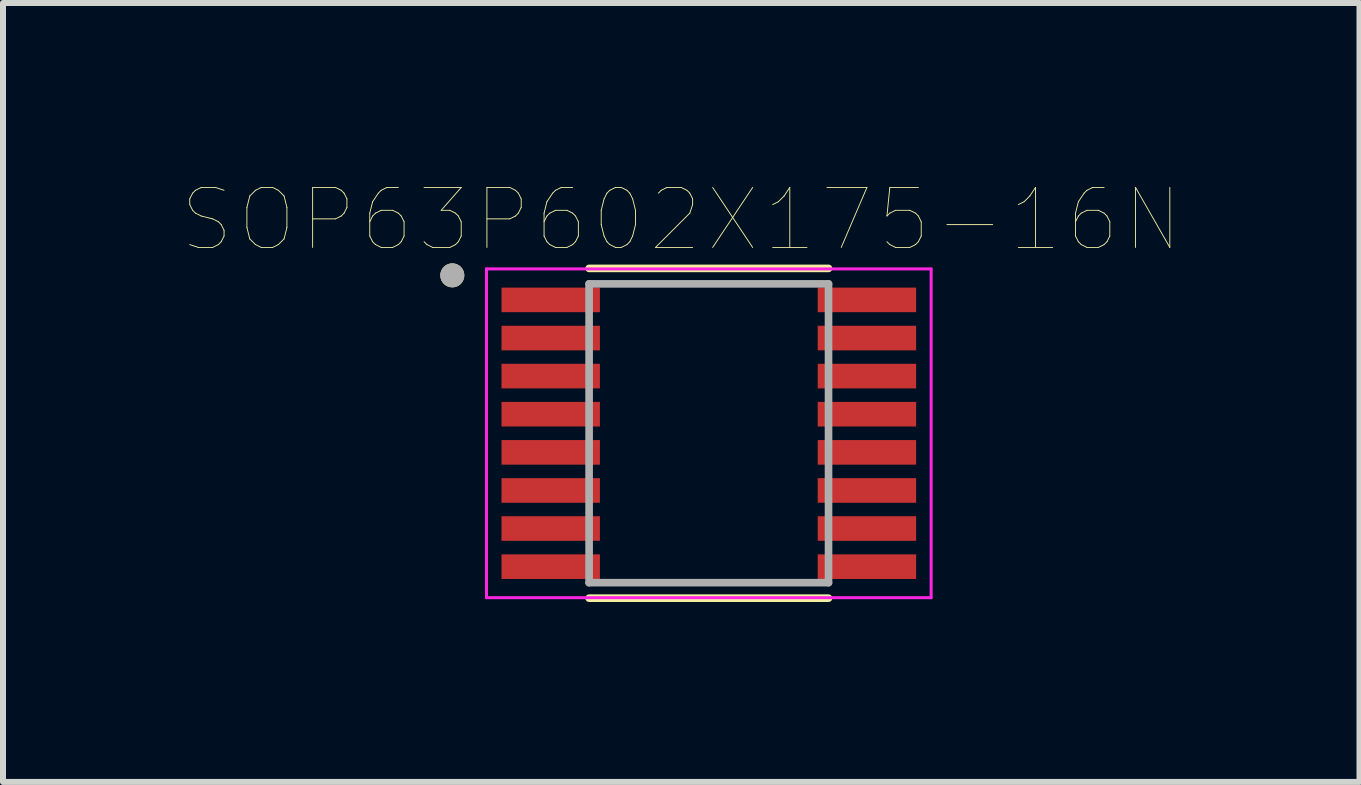
<source format=kicad_pcb>
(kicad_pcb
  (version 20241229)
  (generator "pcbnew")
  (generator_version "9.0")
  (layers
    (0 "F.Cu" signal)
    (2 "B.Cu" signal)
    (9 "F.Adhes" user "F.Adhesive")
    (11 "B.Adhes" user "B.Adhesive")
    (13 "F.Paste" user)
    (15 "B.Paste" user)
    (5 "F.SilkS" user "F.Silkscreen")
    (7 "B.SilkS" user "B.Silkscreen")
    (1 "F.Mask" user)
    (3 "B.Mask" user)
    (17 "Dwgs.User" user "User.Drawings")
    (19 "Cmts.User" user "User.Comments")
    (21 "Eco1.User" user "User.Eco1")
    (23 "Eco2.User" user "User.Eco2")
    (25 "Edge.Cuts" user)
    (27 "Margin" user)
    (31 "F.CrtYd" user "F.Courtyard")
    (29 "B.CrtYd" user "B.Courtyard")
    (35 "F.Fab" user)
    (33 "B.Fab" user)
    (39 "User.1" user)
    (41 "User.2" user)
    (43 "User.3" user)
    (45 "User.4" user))
  (footprint "SOP63P602X175-16N"
    (layer "F.Cu")
    (at 8.763 4.171)
    (property "Reference" "SOP63P602X175-16N" (at -0.46 -3.559 0) (layer "F.SilkS") (effects (font (size 1 1) (thickness 0.015))))
    (attr through_hole)
    (fp_line (start -1.995 -2.748) (end 1.995 -2.748) (stroke (width 0.127) (type solid)) (layer "F.SilkS"))
    (fp_line (start -1.995 2.748) (end 1.995 2.748) (stroke (width 0.127) (type solid)) (layer "F.SilkS"))
    (fp_circle (center -4.275 -2.632) (end -4.175 -2.632) (stroke (width 0.2) (type solid)) (fill no) (layer "F.SilkS"))
    (fp_line (start -3.705 -2.74) (end -3.705 2.74) (stroke (width 0.05) (type solid)) (layer "F.CrtYd"))
    (fp_line (start -3.705 -2.74) (end 3.705 -2.74) (stroke (width 0.05) (type solid)) (layer "F.CrtYd"))
    (fp_line (start -3.705 2.74) (end 3.705 2.74) (stroke (width 0.05) (type solid)) (layer "F.CrtYd"))
    (fp_line (start 3.705 -2.74) (end 3.705 2.74) (stroke (width 0.05) (type solid)) (layer "F.CrtYd"))
    (fp_line (start -1.995 -2.49) (end -1.995 2.49) (stroke (width 0.127) (type solid)) (layer "F.Fab"))
    (fp_line (start -1.995 -2.49) (end 1.995 -2.49) (stroke (width 0.127) (type solid)) (layer "F.Fab"))
    (fp_line (start -1.995 2.49) (end 1.995 2.49) (stroke (width 0.127) (type solid)) (layer "F.Fab"))
    (fp_line (start 1.995 -2.49) (end 1.995 2.49) (stroke (width 0.127) (type solid)) (layer "F.Fab"))
    (fp_circle (center -4.275 -2.632) (end -4.175 -2.632) (stroke (width 0.2) (type solid)) (fill no) (layer "F.Fab"))
    (pad "1" smd rect (at -2.635 -2.223) (size 1.64 0.41) (layers "F.Cu" "F.Mask" "F.Paste"))
    (pad "2" smd rect (at -2.635 -1.587) (size 1.64 0.41) (layers "F.Cu" "F.Mask" "F.Paste"))
    (pad "3" smd rect (at -2.635 -0.953) (size 1.64 0.41) (layers "F.Cu" "F.Mask" "F.Paste"))
    (pad "4" smd rect (at -2.635 -0.318) (size 1.64 0.41) (layers "F.Cu" "F.Mask" "F.Paste"))
    (pad "5" smd rect (at -2.635 0.318) (size 1.64 0.41) (layers "F.Cu" "F.Mask" "F.Paste"))
    (pad "6" smd rect (at -2.635 0.953) (size 1.64 0.41) (layers "F.Cu" "F.Mask" "F.Paste"))
    (pad "7" smd rect (at -2.635 1.587) (size 1.64 0.41) (layers "F.Cu" "F.Mask" "F.Paste"))
    (pad "8" smd rect (at -2.635 2.223) (size 1.64 0.41) (layers "F.Cu" "F.Mask" "F.Paste"))
    (pad "9" smd rect (at 2.635 2.223) (size 1.64 0.41) (layers "F.Cu" "F.Mask" "F.Paste"))
    (pad "10" smd rect (at 2.635 1.587) (size 1.64 0.41) (layers "F.Cu" "F.Mask" "F.Paste"))
    (pad "11" smd rect (at 2.635 0.953) (size 1.64 0.41) (layers "F.Cu" "F.Mask" "F.Paste"))
    (pad "12" smd rect (at 2.635 0.318) (size 1.64 0.41) (layers "F.Cu" "F.Mask" "F.Paste"))
    (pad "13" smd rect (at 2.635 -0.318) (size 1.64 0.41) (layers "F.Cu" "F.Mask" "F.Paste"))
    (pad "14" smd rect (at 2.635 -0.953) (size 1.64 0.41) (layers "F.Cu" "F.Mask" "F.Paste"))
    (pad "15" smd rect (at 2.635 -1.587) (size 1.64 0.41) (layers "F.Cu" "F.Mask" "F.Paste"))
    (pad "16" smd rect (at 2.635 -2.223) (size 1.64 0.41) (layers "F.Cu" "F.Mask" "F.Paste")))
  (gr_rect
    (start -3 -3)
    (end 19.607 9.982)
    (stroke (width 0.1) (type default))
    (fill no)
    (layer "Edge.Cuts")))
</source>
